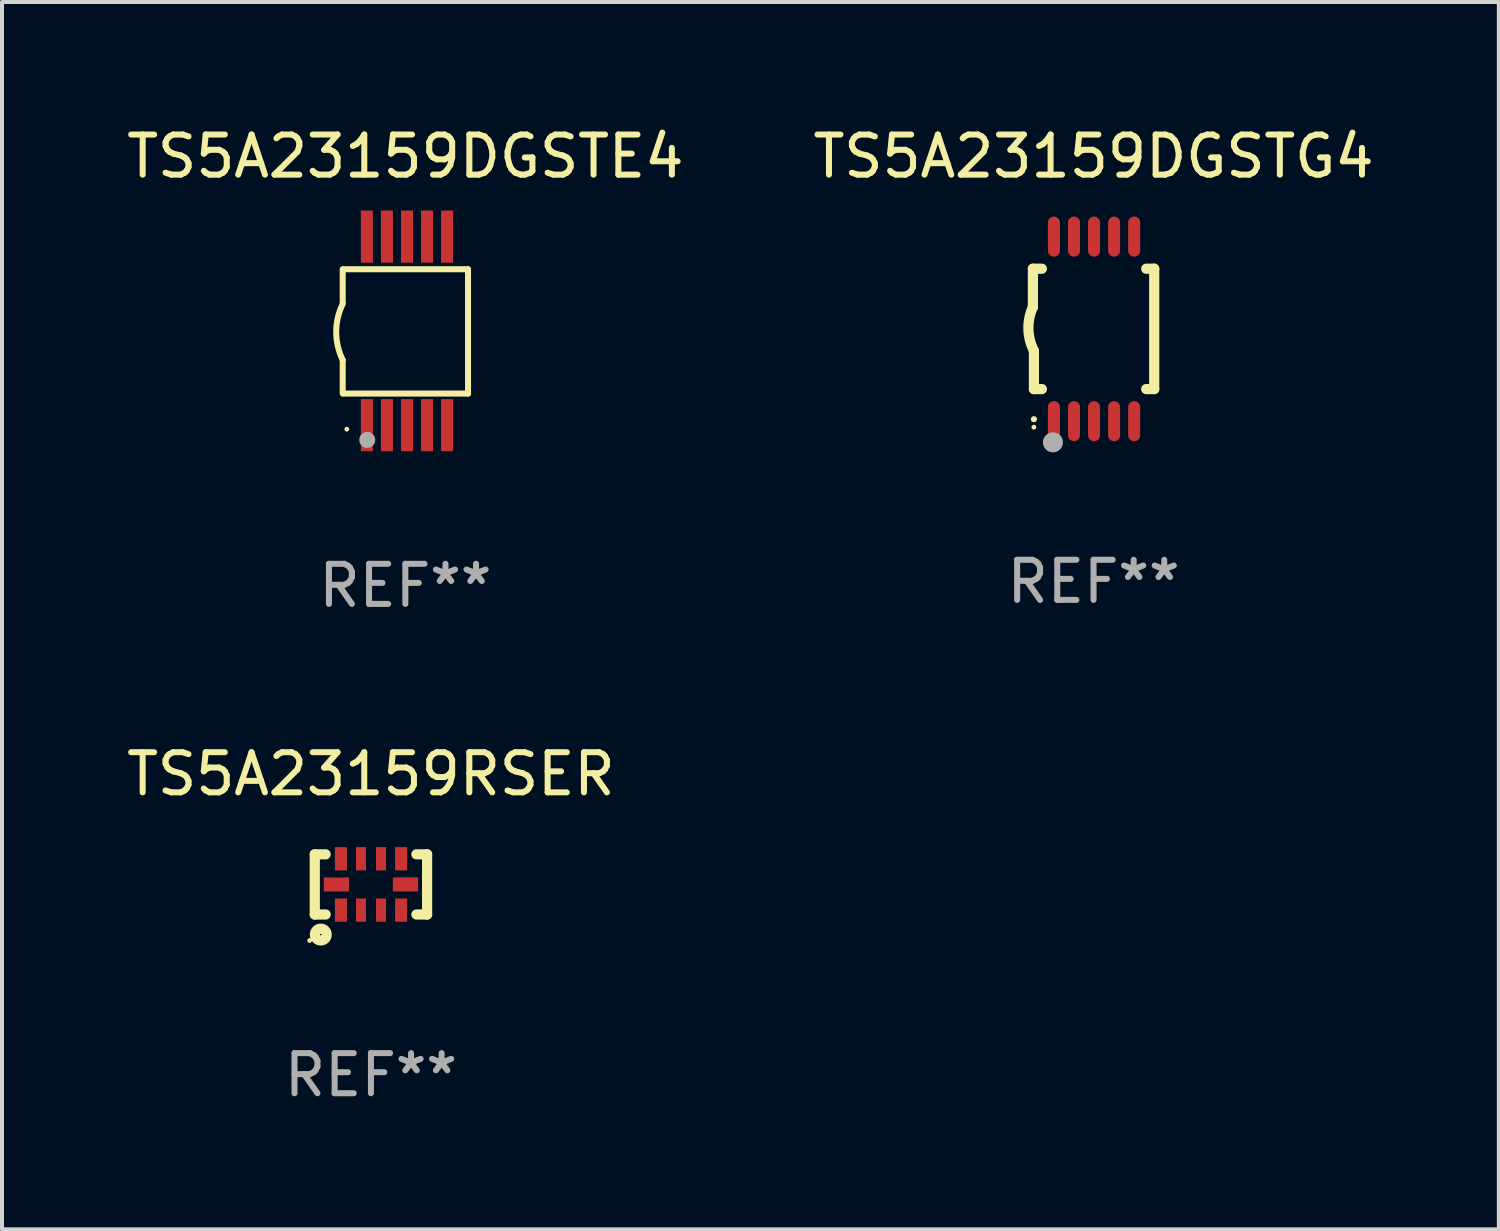
<source format=kicad_pcb>
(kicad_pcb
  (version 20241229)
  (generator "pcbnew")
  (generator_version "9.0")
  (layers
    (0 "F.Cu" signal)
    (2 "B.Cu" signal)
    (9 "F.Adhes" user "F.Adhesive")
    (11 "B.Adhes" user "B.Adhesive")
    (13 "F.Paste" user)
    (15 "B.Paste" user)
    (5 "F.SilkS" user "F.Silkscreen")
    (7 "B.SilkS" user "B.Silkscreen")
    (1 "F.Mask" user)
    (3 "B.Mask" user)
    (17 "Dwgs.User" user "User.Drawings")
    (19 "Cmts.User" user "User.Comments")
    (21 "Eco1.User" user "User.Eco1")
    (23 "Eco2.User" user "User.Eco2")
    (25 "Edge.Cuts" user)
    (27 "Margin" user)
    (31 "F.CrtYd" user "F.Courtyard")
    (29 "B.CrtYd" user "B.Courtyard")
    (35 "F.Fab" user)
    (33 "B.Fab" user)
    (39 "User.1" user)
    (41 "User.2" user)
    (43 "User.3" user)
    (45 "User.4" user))
  (footprint "TS5A23159DGSTE4"
    (layer "F.Cu")
    (at 7.054 5.198)
    (property "Reference" "TS5A23159DGSTE4" (at 0 -4.35 0) (layer "F.SilkS") (effects (font (size 1 1) (thickness 0.15))))
    (attr through_hole)
    (fp_line (start -1.562 -1.537) (end -1.562 -0.698) (stroke (width 0.15) (type solid)) (layer "F.SilkS"))
    (fp_line (start -1.562 0.724) (end -1.562 1.562) (stroke (width 0.15) (type solid)) (layer "F.SilkS"))
    (fp_line (start -1.538 -1.537) (end 1.562 -1.537) (stroke (width 0.15) (type solid)) (layer "F.SilkS"))
    (fp_line (start -1.538 1.562) (end 1.562 1.562) (stroke (width 0.15) (type solid)) (layer "F.SilkS"))
    (fp_line (start 1.562 1.564) (end 1.562 -1.537) (stroke (width 0.15) (type solid)) (layer "F.SilkS"))
    (fp_arc (start -1.562103 0.724079) (mid -1.723579 0.025578) (end -1.562103 -0.672924) (stroke (width 0.150013) (type solid)) (layer "F.SilkS"))
    (fp_circle (center -1.459 2.45) (end -1.429 2.45) (stroke (width 0.06) (type solid)) (fill no) (layer "F.SilkS"))
    (fp_circle (center -0.95 2.718) (end -0.85 2.718) (stroke (width 0.2) (type solid)) (fill no) (layer "F.Fab"))
    (fp_text user "REF**" (at 0 6.35 0) (layer "F.Fab") (effects (font (size 1 1) (thickness 0.15))))
    (pad "1" smd rect (at -0.959 2.35) (size 0.3 1.3) (layers "F.Cu" "F.Mask" "F.Paste"))
    (pad "2" smd rect (at -0.459 2.35) (size 0.3 1.3) (layers "F.Cu" "F.Mask" "F.Paste"))
    (pad "3" smd rect (at 0.04 2.35) (size 0.3 1.3) (layers "F.Cu" "F.Mask" "F.Paste"))
    (pad "4" smd rect (at 0.541 2.35) (size 0.3 1.3) (layers "F.Cu" "F.Mask" "F.Paste"))
    (pad "5" smd rect (at 1.041 2.35) (size 0.3 1.3) (layers "F.Cu" "F.Mask" "F.Paste"))
    (pad "6" smd rect (at 1.04 -2.35) (size 0.3 1.3) (layers "F.Cu" "F.Mask" "F.Paste"))
    (pad "7" smd rect (at 0.541 -2.35) (size 0.3 1.3) (layers "F.Cu" "F.Mask" "F.Paste"))
    (pad "8" smd rect (at 0.041 -2.35) (size 0.3 1.3) (layers "F.Cu" "F.Mask" "F.Paste"))
    (pad "9" smd rect (at -0.459 -2.35) (size 0.3 1.3) (layers "F.Cu" "F.Mask" "F.Paste"))
    (pad "10" smd rect (at -0.96 -2.35) (size 0.3 1.3) (layers "F.Cu" "F.Mask" "F.Paste")))
  (footprint "TS5A23159RSER"
    (layer "F.Cu")
    (at 6.196 18.995)
    (property "Reference" "TS5A23159RSER" (at 0 -2.75 0) (layer "F.SilkS") (effects (font (size 1 1) (thickness 0.15))))
    (attr through_hole)
    (fp_line (start -1.4 0.75) (end -1.129 0.75) (stroke (width 0.254) (type solid)) (layer "F.SilkS"))
    (fp_line (start -1.4 -0.75) (end -1.4 0.75) (stroke (width 0.254) (type solid)) (layer "F.SilkS"))
    (fp_line (start -1.4 -0.75) (end -1.129 -0.75) (stroke (width 0.254) (type solid)) (layer "F.SilkS"))
    (fp_line (start 1.133 -0.75) (end 1.4 -0.75) (stroke (width 0.254) (type solid)) (layer "F.SilkS"))
    (fp_line (start 1.133 0.75) (end 1.4 0.75) (stroke (width 0.254) (type solid)) (layer "F.SilkS"))
    (fp_line (start 1.4 -0.75) (end 1.4 0.75) (stroke (width 0.254) (type solid)) (layer "F.SilkS"))
    (fp_circle (center -1.527 1.397) (end -1.497 1.397) (stroke (width 0.06) (type solid)) (fill no) (layer "F.SilkS"))
    (fp_circle (center -1.25 1.25) (end -1.23 1.25) (stroke (width 0.254) (type solid)) (fill no) (layer "F.SilkS"))
    (fp_text user "REF**" (at 0 4.75 0) (layer "F.Fab") (effects (font (size 1 1) (thickness 0.15))))
    (pad "1" smd rect (at -0.748 0.64) (size 0.3 0.58) (layers "F.Cu" "F.Mask" "F.Paste"))
    (pad "2" smd rect (at -0.248 0.64) (size 0.25 0.58) (layers "F.Cu" "F.Mask" "F.Paste"))
    (pad "3" smd rect (at 0.252 0.64) (size 0.25 0.58) (layers "F.Cu" "F.Mask" "F.Paste"))
    (pad "4" smd rect (at 0.752 0.64) (size 0.3 0.58) (layers "F.Cu" "F.Mask" "F.Paste"))
    (pad "5" smd rect (at 0.86 -0.000038 90) (size 0.35 0.63) (layers "F.Cu" "F.Mask" "F.Paste"))
    (pad "6" smd rect (at 0.752 -0.64 180) (size 0.3 0.58) (layers "F.Cu" "F.Mask" "F.Paste"))
    (pad "7" smd rect (at 0.252 -0.64 180) (size 0.25 0.58) (layers "F.Cu" "F.Mask" "F.Paste"))
    (pad "8" smd rect (at -0.248 -0.64 180) (size 0.25 0.58) (layers "F.Cu" "F.Mask" "F.Paste"))
    (pad "9" smd rect (at -0.748 -0.64 180) (size 0.3 0.58) (layers "F.Cu" "F.Mask" "F.Paste"))
    (pad "10" smd rect (at -0.86 0.001 270) (size 0.35 0.63) (layers "F.Cu" "F.Mask" "F.Paste")))
  (footprint "TS5A23159DGSTG4"
    (layer "F.Cu")
    (at 24.208 5.148)
    (property "Reference" "TS5A23159DGSTG4" (at 0 -4.3 0) (layer "F.SilkS") (effects (font (size 1 1) (thickness 0.15))))
    (attr through_hole)
    (fp_line (start -1.512 -1.5) (end -1.512 -0.546) (stroke (width 0.254) (type solid)) (layer "F.SilkS"))
    (fp_line (start -1.487 0.546) (end -1.487 1.5) (stroke (width 0.254) (type solid)) (layer "F.SilkS"))
    (fp_line (start -1.288 -1.5) (end -1.512 -1.5) (stroke (width 0.254) (type solid)) (layer "F.SilkS"))
    (fp_line (start -1.288 1.5) (end -1.487 1.5) (stroke (width 0.254) (type solid)) (layer "F.SilkS"))
    (fp_line (start 1.512 -1.5) (end 1.312 -1.5) (stroke (width 0.254) (type solid)) (layer "F.SilkS"))
    (fp_line (start 1.512 -1.5) (end 1.512 1.5) (stroke (width 0.254) (type solid)) (layer "F.SilkS"))
    (fp_line (start 1.512 1.5) (end 1.312 1.5) (stroke (width 0.254) (type solid)) (layer "F.SilkS"))
    (fp_arc (start -1.487998 2.250013) (mid -1.486728 2.250007) (end -1.485458 2.250013) (stroke (width 0.150013) (type solid)) (layer "F.SilkS"))
    (fp_arc (start -1.486602 0.546102) (mid -1.624196 0.002905) (end -1.512002 -0.546101) (stroke (width 0.254001) (type solid)) (layer "F.SilkS"))
    (fp_circle (center -1.488 2.45) (end -1.458 2.45) (stroke (width 0.06) (type solid)) (fill no) (layer "F.SilkS"))
    (fp_circle (center -1.012 2.828) (end -0.887 2.828) (stroke (width 0.25) (type solid)) (fill no) (layer "F.Fab"))
    (fp_text user "REF**" (at 0 6.3 0) (layer "F.Fab") (effects (font (size 1 1) (thickness 0.15))))
    (pad "1" smd oval (at -0.988 2.3) (size 0.3 1) (layers "F.Cu" "F.Mask" "F.Paste"))
    (pad "2" smd oval (at -0.488 2.3) (size 0.3 1) (layers "F.Cu" "F.Mask" "F.Paste"))
    (pad "3" smd oval (at 0.012 2.3) (size 0.3 1) (layers "F.Cu" "F.Mask" "F.Paste"))
    (pad "4" smd oval (at 0.512 2.3) (size 0.3 1) (layers "F.Cu" "F.Mask" "F.Paste"))
    (pad "5" smd oval (at 1.012 2.3) (size 0.3 1) (layers "F.Cu" "F.Mask" "F.Paste"))
    (pad "6" smd oval (at 1.012 -2.3) (size 0.3 1) (layers "F.Cu" "F.Mask" "F.Paste"))
    (pad "7" smd oval (at 0.512 -2.3) (size 0.3 1) (layers "F.Cu" "F.Mask" "F.Paste"))
    (pad "8" smd oval (at 0.012 -2.3) (size 0.3 1) (layers "F.Cu" "F.Mask" "F.Paste"))
    (pad "9" smd oval (at -0.488 -2.3) (size 0.3 1) (layers "F.Cu" "F.Mask" "F.Paste"))
    (pad "10" smd oval (at -0.988 -2.3) (size 0.3 1) (layers "F.Cu" "F.Mask" "F.Paste")))
  (gr_rect
    (start -3 -3)
    (end 34.31 27.593)
    (stroke (width 0.1) (type default))
    (fill no)
    (layer "Edge.Cuts")))
</source>
